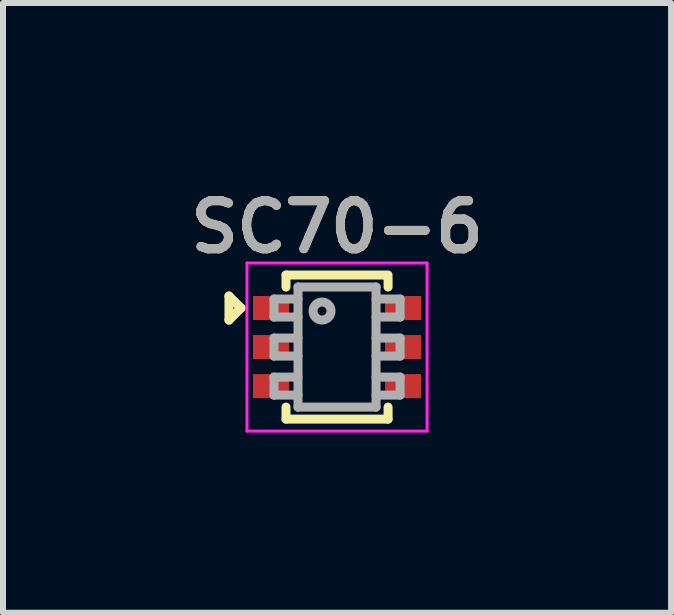
<source format=kicad_pcb>
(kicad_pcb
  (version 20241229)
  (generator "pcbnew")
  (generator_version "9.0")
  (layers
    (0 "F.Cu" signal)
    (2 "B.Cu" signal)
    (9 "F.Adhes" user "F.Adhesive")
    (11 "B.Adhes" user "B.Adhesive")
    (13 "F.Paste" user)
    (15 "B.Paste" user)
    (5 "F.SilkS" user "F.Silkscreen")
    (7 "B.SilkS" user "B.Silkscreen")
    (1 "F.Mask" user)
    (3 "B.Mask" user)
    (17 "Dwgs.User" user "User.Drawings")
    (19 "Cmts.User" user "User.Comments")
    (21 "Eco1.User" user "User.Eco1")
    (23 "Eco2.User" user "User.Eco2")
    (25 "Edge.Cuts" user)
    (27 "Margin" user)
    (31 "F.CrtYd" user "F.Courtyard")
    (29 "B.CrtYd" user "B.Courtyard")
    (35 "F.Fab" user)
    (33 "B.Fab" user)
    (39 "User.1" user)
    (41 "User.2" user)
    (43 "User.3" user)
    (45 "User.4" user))
  (footprint "SC70-6"
    (layer "F.Cu")
    (at 2.564 2.731)
    (property "Reference" "SC70-6" (at 0 -2 0) (layer "F.SilkS") (effects (font (size 0.8 0.8) (thickness 0.15))))
    (attr smd)
    (fp_line (start -1.8 -0.85) (end -1.8 -0.45) (stroke (width 0.15) (type solid)) (layer "F.SilkS"))
    (fp_line (start -1.8 -0.45) (end -1.6 -0.65) (stroke (width 0.15) (type solid)) (layer "F.SilkS"))
    (fp_line (start -1.6 -0.65) (end -1.8 -0.85) (stroke (width 0.15) (type solid)) (layer "F.SilkS"))
    (fp_line (start -0.85 -1.2) (end 0.85 -1.2) (stroke (width 0.15) (type solid)) (layer "F.SilkS"))
    (fp_line (start -0.85 -1) (end -0.85 -1.2) (stroke (width 0.15) (type solid)) (layer "F.SilkS"))
    (fp_line (start -0.85 1) (end -0.85 1.2) (stroke (width 0.15) (type solid)) (layer "F.SilkS"))
    (fp_line (start -0.85 1.2) (end 0.85 1.2) (stroke (width 0.15) (type solid)) (layer "F.SilkS"))
    (fp_line (start 0.85 -1) (end 0.85 -1.15) (stroke (width 0.15) (type solid)) (layer "F.SilkS"))
    (fp_line (start 0.85 1) (end 0.85 1.2) (stroke (width 0.15) (type solid)) (layer "F.SilkS"))
    (fp_line (start -1.5 -1.4) (end 1.5 -1.4) (stroke (width 0.05) (type solid)) (layer "F.CrtYd"))
    (fp_line (start -1.5 1.4) (end -1.5 -1.4) (stroke (width 0.05) (type solid)) (layer "F.CrtYd"))
    (fp_line (start 1.5 -1.4) (end 1.5 1.4) (stroke (width 0.05) (type solid)) (layer "F.CrtYd"))
    (fp_line (start 1.5 1.4) (end -1.5 1.4) (stroke (width 0.05) (type solid)) (layer "F.CrtYd"))
    (fp_line (start -1.05 -0.8) (end -1.05 -0.5) (stroke (width 0.15) (type solid)) (layer "F.Fab"))
    (fp_line (start -1.05 -0.5) (end -0.65 -0.5) (stroke (width 0.15) (type solid)) (layer "F.Fab"))
    (fp_line (start -1.05 -0.15) (end -1.05 0.15) (stroke (width 0.15) (type solid)) (layer "F.Fab"))
    (fp_line (start -1.05 0.15) (end -0.65 0.15) (stroke (width 0.15) (type solid)) (layer "F.Fab"))
    (fp_line (start -1.05 0.5) (end -1.05 0.8) (stroke (width 0.15) (type solid)) (layer "F.Fab"))
    (fp_line (start -1.05 0.8) (end -0.65 0.8) (stroke (width 0.15) (type solid)) (layer "F.Fab"))
    (fp_line (start -0.65 -1) (end 0.65 -1) (stroke (width 0.15) (type solid)) (layer "F.Fab"))
    (fp_line (start -0.65 -0.8) (end -1.05 -0.8) (stroke (width 0.15) (type solid)) (layer "F.Fab"))
    (fp_line (start -0.65 -0.15) (end -1.05 -0.15) (stroke (width 0.15) (type solid)) (layer "F.Fab"))
    (fp_line (start -0.65 0.5) (end -1.05 0.5) (stroke (width 0.15) (type solid)) (layer "F.Fab"))
    (fp_line (start -0.65 1) (end -0.65 -1) (stroke (width 0.15) (type solid)) (layer "F.Fab"))
    (fp_line (start 0.65 -1) (end 0.65 1) (stroke (width 0.15) (type solid)) (layer "F.Fab"))
    (fp_line (start 0.65 -0.8) (end 1.05 -0.8) (stroke (width 0.15) (type solid)) (layer "F.Fab"))
    (fp_line (start 0.65 -0.15) (end 1.05 -0.15) (stroke (width 0.15) (type solid)) (layer "F.Fab"))
    (fp_line (start 0.65 0.5) (end 1.05 0.5) (stroke (width 0.15) (type solid)) (layer "F.Fab"))
    (fp_line (start 0.65 1) (end -0.65 1) (stroke (width 0.15) (type solid)) (layer "F.Fab"))
    (fp_line (start 1.05 -0.8) (end 1.05 -0.5) (stroke (width 0.15) (type solid)) (layer "F.Fab"))
    (fp_line (start 1.05 -0.5) (end 0.65 -0.5) (stroke (width 0.15) (type solid)) (layer "F.Fab"))
    (fp_line (start 1.05 -0.15) (end 1.05 0.15) (stroke (width 0.15) (type solid)) (layer "F.Fab"))
    (fp_line (start 1.05 0.15) (end 0.65 0.15) (stroke (width 0.15) (type solid)) (layer "F.Fab"))
    (fp_line (start 1.05 0.5) (end 1.05 0.8) (stroke (width 0.15) (type solid)) (layer "F.Fab"))
    (fp_line (start 1.05 0.8) (end 0.65 0.8) (stroke (width 0.15) (type solid)) (layer "F.Fab"))
    (fp_circle (center -0.25 -0.6) (end -0.1 -0.6) (stroke (width 0.15) (type solid)) (fill no) (layer "F.Fab"))
    (fp_text user "${REFERENCE}" (at 0 -2 0) (layer "F.Fab") (effects (font (size 0.8 0.8) (thickness 0.15))))
    (pad "1" smd rect (at -1.1 -0.65) (size 0.6 0.4) (layers "F.Cu" "F.Mask" "F.Paste"))
    (pad "2" smd rect (at -1.1 0) (size 0.6 0.4) (layers "F.Cu" "F.Mask" "F.Paste"))
    (pad "3" smd rect (at -1.1 0.65) (size 0.6 0.4) (layers "F.Cu" "F.Mask" "F.Paste"))
    (pad "4" smd rect (at 1.1 0.65) (size 0.6 0.4) (layers "F.Cu" "F.Mask" "F.Paste"))
    (pad "5" smd rect (at 1.1 0) (size 0.6 0.4) (layers "F.Cu" "F.Mask" "F.Paste"))
    (pad "6" smd rect (at 1.1 -0.65) (size 0.6 0.4) (layers "F.Cu" "F.Mask" "F.Paste")))
  (gr_rect
    (start -3 -3)
    (end 8.128 7.156)
    (stroke (width 0.1) (type default))
    (fill no)
    (layer "Edge.Cuts")))
</source>
